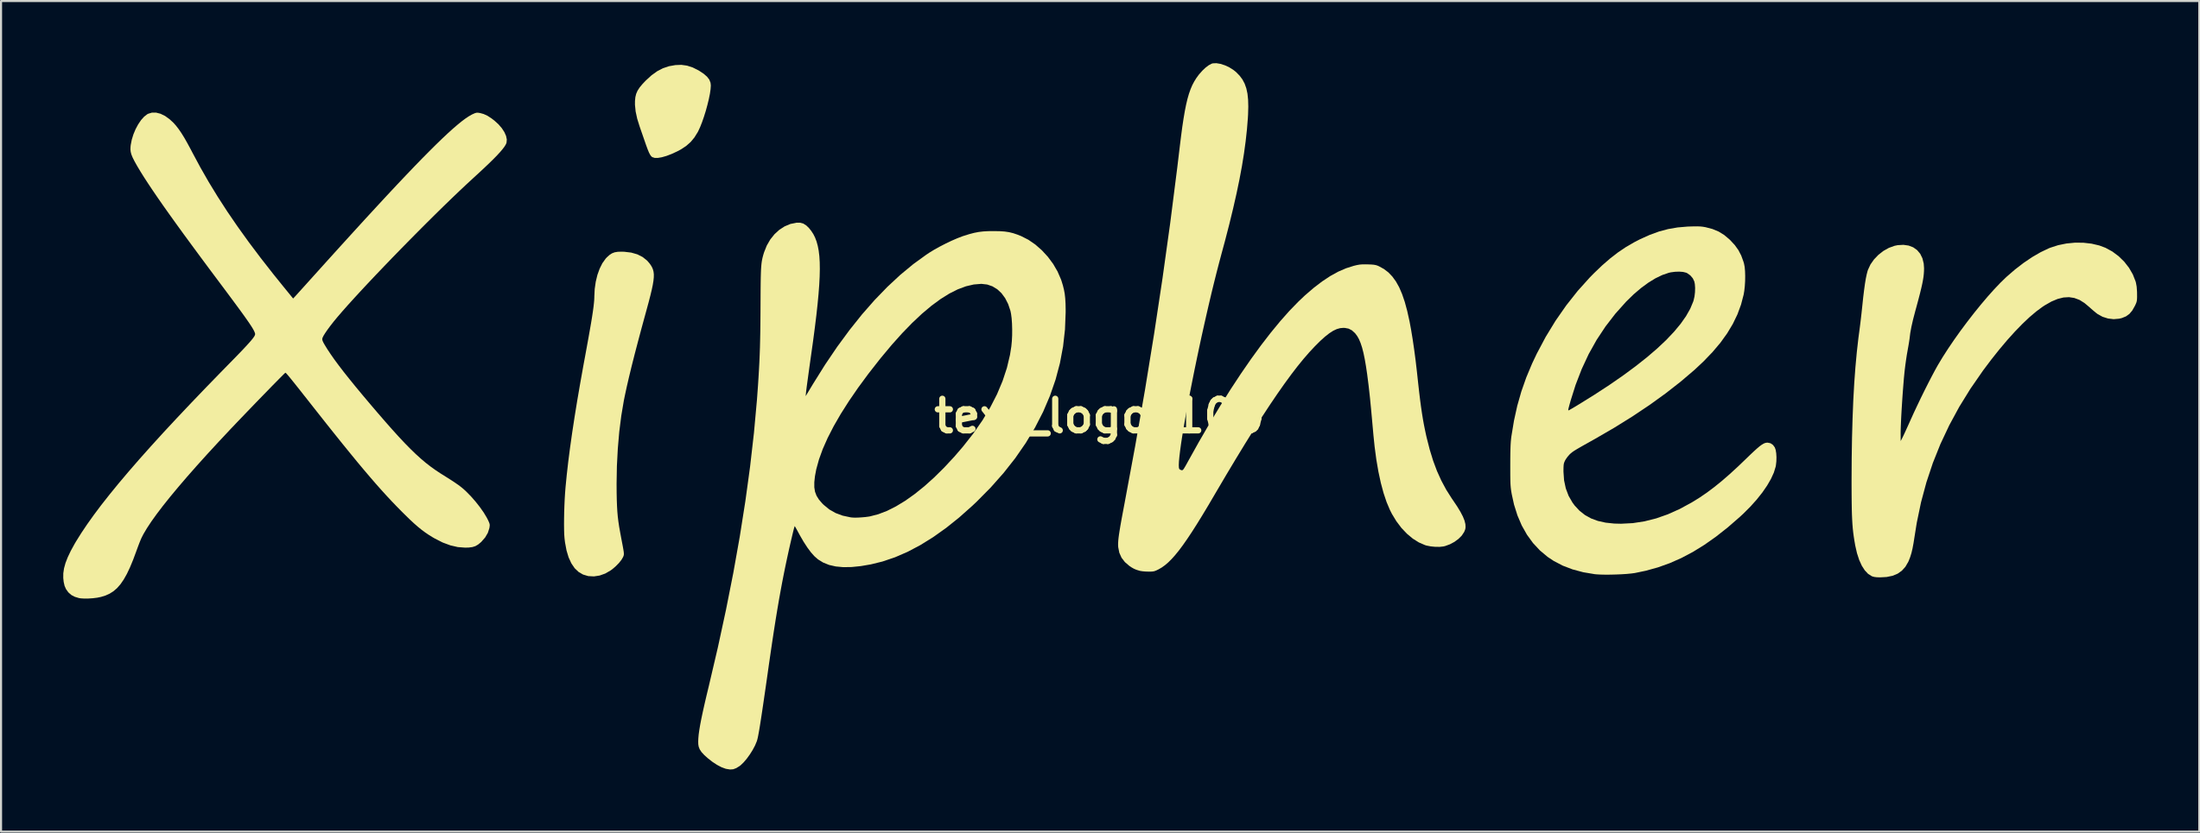
<source format=kicad_pcb>
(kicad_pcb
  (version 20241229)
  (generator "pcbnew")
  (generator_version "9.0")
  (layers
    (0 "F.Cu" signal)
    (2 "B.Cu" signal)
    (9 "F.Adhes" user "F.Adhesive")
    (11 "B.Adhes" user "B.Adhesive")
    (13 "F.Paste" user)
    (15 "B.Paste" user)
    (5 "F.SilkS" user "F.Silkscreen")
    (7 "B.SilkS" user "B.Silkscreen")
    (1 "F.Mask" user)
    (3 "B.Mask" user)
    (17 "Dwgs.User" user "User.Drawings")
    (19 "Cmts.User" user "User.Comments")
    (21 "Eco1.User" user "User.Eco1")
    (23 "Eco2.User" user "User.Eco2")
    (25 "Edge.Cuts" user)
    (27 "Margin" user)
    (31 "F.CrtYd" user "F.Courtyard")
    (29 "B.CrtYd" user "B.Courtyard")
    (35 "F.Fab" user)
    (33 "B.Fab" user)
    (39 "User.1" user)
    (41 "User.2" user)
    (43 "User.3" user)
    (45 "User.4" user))
  (footprint "text_logo_100"
    (layer "F.Cu")
    (at 49.967 17.031)
    (property "Reference" "text_logo_100" (at 0 0 0) (layer "F.SilkS") (effects (font (size 1.524 1.524) (thickness 0.3))))
    (attr board_only exclude_from_pos_files exclude_from_bom)
    (fp_poly (pts (xy -19.891 -16.913) (xy -19.619 -16.825) (xy -19.338 -16.684) (xy -19.305 -16.664) (xy -19.088 -16.52) (xy -18.927 -16.379) (xy -18.819 -16.238) (xy -18.76 -16.09) (xy -18.745 -15.957) (xy -18.757 -15.776) (xy -18.79 -15.551) (xy -18.842 -15.294) (xy -18.91 -15.017) (xy -18.988 -14.731) (xy -19.076 -14.45) (xy -19.168 -14.184) (xy -19.262 -13.946) (xy -19.354 -13.747) (xy -19.375 -13.707) (xy -19.538 -13.445) (xy -19.721 -13.225) (xy -19.934 -13.037) (xy -20.191 -12.868) (xy -20.363 -12.776) (xy -20.633 -12.651) (xy -20.882 -12.556) (xy -21.106 -12.492) (xy -21.299 -12.459) (xy -21.454 -12.461) (xy -21.567 -12.497) (xy -21.578 -12.504) (xy -21.627 -12.549) (xy -21.677 -12.621) (xy -21.73 -12.725) (xy -21.79 -12.87) (xy -21.861 -13.062) (xy -21.903 -13.182) (xy -21.969 -13.374) (xy -22.045 -13.593) (xy -22.121 -13.811) (xy -22.175 -13.967) (xy -22.295 -14.352) (xy -22.371 -14.703) (xy -22.403 -15.025) (xy -22.402 -15.207) (xy -22.384 -15.391) (xy -22.344 -15.554) (xy -22.277 -15.707) (xy -22.176 -15.863) (xy -22.035 -16.032) (xy -21.876 -16.199) (xy -21.602 -16.449) (xy -21.332 -16.643) (xy -21.055 -16.787) (xy -20.764 -16.885) (xy -20.453 -16.94) (xy -20.165 -16.951)) (stroke (width 0) (type solid)) (fill yes) (layer "F.SilkS"))
    (fp_poly (pts (xy -22.915 -7.93) (xy -22.582 -7.89) (xy -22.287 -7.805) (xy -22.031 -7.675) (xy -21.815 -7.502) (xy -21.703 -7.372) (xy -21.633 -7.274) (xy -21.577 -7.176) (xy -21.535 -7.075) (xy -21.507 -6.965) (xy -21.493 -6.84) (xy -21.495 -6.696) (xy -21.512 -6.527) (xy -21.545 -6.327) (xy -21.594 -6.093) (xy -21.66 -5.818) (xy -21.743 -5.497) (xy -21.844 -5.125) (xy -21.889 -4.961) (xy -22.08 -4.261) (xy -22.256 -3.601) (xy -22.417 -2.985) (xy -22.561 -2.416) (xy -22.687 -1.895) (xy -22.796 -1.425) (xy -22.886 -1.008) (xy -22.939 -0.748) (xy -23.062 -0.018) (xy -23.16 0.758) (xy -23.23 1.571) (xy -23.274 2.41) (xy -23.289 3.266) (xy -23.286 3.721) (xy -23.279 4.056) (xy -23.268 4.345) (xy -23.253 4.603) (xy -23.232 4.844) (xy -23.203 5.085) (xy -23.165 5.339) (xy -23.115 5.621) (xy -23.065 5.892) (xy -23.02 6.127) (xy -22.985 6.31) (xy -22.961 6.449) (xy -22.945 6.552) (xy -22.938 6.628) (xy -22.939 6.683) (xy -22.947 6.727) (xy -22.961 6.768) (xy -22.98 6.812) (xy -22.981 6.814) (xy -23.058 6.944) (xy -23.175 7.091) (xy -23.322 7.241) (xy -23.485 7.383) (xy -23.577 7.451) (xy -23.834 7.599) (xy -24.105 7.696) (xy -24.379 7.738) (xy -24.649 7.724) (xy -24.66 7.722) (xy -24.905 7.649) (xy -25.121 7.523) (xy -25.31 7.343) (xy -25.469 7.11) (xy -25.601 6.824) (xy -25.703 6.485) (xy -25.776 6.093) (xy -25.8 5.893) (xy -25.813 5.72) (xy -25.82 5.497) (xy -25.823 5.234) (xy -25.821 4.944) (xy -25.815 4.637) (xy -25.805 4.323) (xy -25.791 4.014) (xy -25.773 3.72) (xy -25.752 3.453) (xy -25.752 3.45) (xy -25.692 2.84) (xy -25.619 2.199) (xy -25.532 1.525) (xy -25.432 0.814) (xy -25.317 0.06) (xy -25.188 -0.738) (xy -25.042 -1.586) (xy -24.881 -2.488) (xy -24.807 -2.885) (xy -24.718 -3.372) (xy -24.64 -3.803) (xy -24.573 -4.182) (xy -24.516 -4.512) (xy -24.469 -4.799) (xy -24.432 -5.046) (xy -24.403 -5.257) (xy -24.383 -5.435) (xy -24.369 -5.585) (xy -24.363 -5.71) (xy -24.362 -5.768) (xy -24.344 -6.131) (xy -24.294 -6.482) (xy -24.214 -6.813) (xy -24.106 -7.114) (xy -23.974 -7.378) (xy -23.819 -7.595) (xy -23.76 -7.659) (xy -23.635 -7.773) (xy -23.514 -7.853) (xy -23.385 -7.903) (xy -23.231 -7.929) (xy -23.04 -7.934)) (stroke (width 0) (type solid)) (fill yes) (layer "F.SilkS"))
    (fp_poly (pts (xy 47.431 -8.366) (xy 47.826 -8.321) (xy 48.197 -8.234) (xy 48.496 -8.122) (xy 48.827 -7.942) (xy 49.131 -7.715) (xy 49.402 -7.45) (xy 49.632 -7.154) (xy 49.816 -6.834) (xy 49.948 -6.499) (xy 49.964 -6.442) (xy 50 -6.244) (xy 50.018 -5.99) (xy 50.019 -5.892) (xy 50.02 -5.739) (xy 50.015 -5.629) (xy 50.004 -5.545) (xy 49.982 -5.469) (xy 49.946 -5.384) (xy 49.911 -5.312) (xy 49.788 -5.095) (xy 49.649 -4.93) (xy 49.485 -4.812) (xy 49.286 -4.731) (xy 49.157 -4.7) (xy 48.89 -4.677) (xy 48.618 -4.709) (xy 48.355 -4.792) (xy 48.125 -4.918) (xy 48.04 -4.982) (xy 47.929 -5.074) (xy 47.806 -5.18) (xy 47.721 -5.257) (xy 47.486 -5.454) (xy 47.263 -5.595) (xy 47.238 -5.608) (xy 46.993 -5.7) (xy 46.738 -5.739) (xy 46.472 -5.723) (xy 46.19 -5.653) (xy 45.891 -5.528) (xy 45.572 -5.346) (xy 45.462 -5.274) (xy 45.159 -5.05) (xy 44.833 -4.774) (xy 44.49 -4.449) (xy 44.13 -4.078) (xy 43.758 -3.665) (xy 43.377 -3.213) (xy 42.99 -2.726) (xy 42.599 -2.206) (xy 42.583 -2.183) (xy 41.984 -1.317) (xy 41.444 -0.442) (xy 40.964 0.445) (xy 40.54 1.346) (xy 40.173 2.264) (xy 39.861 3.202) (xy 39.603 4.162) (xy 39.398 5.148) (xy 39.291 5.816) (xy 39.242 6.129) (xy 39.193 6.392) (xy 39.14 6.614) (xy 39.08 6.807) (xy 39.012 6.982) (xy 38.987 7.037) (xy 38.849 7.274) (xy 38.678 7.464) (xy 38.472 7.609) (xy 38.228 7.709) (xy 37.943 7.767) (xy 37.633 7.784) (xy 37.466 7.779) (xy 37.342 7.763) (xy 37.245 7.735) (xy 37.225 7.726) (xy 37.049 7.614) (xy 36.89 7.444) (xy 36.747 7.221) (xy 36.622 6.945) (xy 36.516 6.62) (xy 36.431 6.248) (xy 36.424 6.207) (xy 36.389 6.004) (xy 36.359 5.809) (xy 36.333 5.615) (xy 36.312 5.416) (xy 36.295 5.206) (xy 36.282 4.977) (xy 36.271 4.723) (xy 36.264 4.438) (xy 36.259 4.115) (xy 36.256 3.748) (xy 36.254 3.33) (xy 36.254 3.083) (xy 36.26 2.036) (xy 36.276 1.048) (xy 36.302 0.116) (xy 36.337 -0.762) (xy 36.383 -1.587) (xy 36.44 -2.362) (xy 36.507 -3.088) (xy 36.584 -3.767) (xy 36.636 -4.157) (xy 36.656 -4.311) (xy 36.681 -4.511) (xy 36.708 -4.74) (xy 36.736 -4.985) (xy 36.762 -5.229) (xy 36.773 -5.332) (xy 36.816 -5.739) (xy 36.859 -6.09) (xy 36.9 -6.387) (xy 36.941 -6.635) (xy 36.983 -6.837) (xy 37.025 -6.999) (xy 37.044 -7.056) (xy 37.165 -7.317) (xy 37.336 -7.561) (xy 37.548 -7.782) (xy 37.79 -7.971) (xy 38.054 -8.119) (xy 38.329 -8.218) (xy 38.472 -8.248) (xy 38.753 -8.265) (xy 39.006 -8.229) (xy 39.227 -8.144) (xy 39.414 -8.011) (xy 39.563 -7.834) (xy 39.67 -7.616) (xy 39.733 -7.36) (xy 39.749 -7.133) (xy 39.746 -6.998) (xy 39.737 -6.862) (xy 39.721 -6.717) (xy 39.696 -6.558) (xy 39.661 -6.377) (xy 39.614 -6.168) (xy 39.555 -5.925) (xy 39.481 -5.641) (xy 39.392 -5.309) (xy 39.326 -5.068) (xy 39.22 -4.663) (xy 39.14 -4.312) (xy 39.085 -4.015) (xy 39.062 -3.831) (xy 39.049 -3.724) (xy 39.026 -3.573) (xy 38.997 -3.397) (xy 38.964 -3.213) (xy 38.952 -3.146) (xy 38.918 -2.953) (xy 38.883 -2.721) (xy 38.848 -2.472) (xy 38.818 -2.229) (xy 38.802 -2.078) (xy 38.778 -1.832) (xy 38.755 -1.552) (xy 38.731 -1.249) (xy 38.708 -0.932) (xy 38.687 -0.61) (xy 38.667 -0.294) (xy 38.65 0.007) (xy 38.637 0.283) (xy 38.627 0.524) (xy 38.621 0.721) (xy 38.62 0.824) (xy 38.622 1.206) (xy 38.701 1.053) (xy 38.735 0.984) (xy 38.79 0.868) (xy 38.861 0.715) (xy 38.943 0.534) (xy 39.033 0.336) (xy 39.108 0.168) (xy 39.261 -0.17) (xy 39.428 -0.525) (xy 39.601 -0.887) (xy 39.777 -1.245) (xy 39.951 -1.59) (xy 40.116 -1.91) (xy 40.268 -2.196) (xy 40.401 -2.436) (xy 40.406 -2.445) (xy 40.641 -2.837) (xy 40.907 -3.251) (xy 41.197 -3.679) (xy 41.506 -4.114) (xy 41.829 -4.547) (xy 42.159 -4.973) (xy 42.49 -5.382) (xy 42.817 -5.768) (xy 43.133 -6.122) (xy 43.434 -6.438) (xy 43.712 -6.708) (xy 43.728 -6.722) (xy 44.138 -7.077) (xy 44.553 -7.396) (xy 44.965 -7.675) (xy 45.368 -7.908) (xy 45.753 -8.092) (xy 45.829 -8.123) (xy 46.211 -8.247) (xy 46.613 -8.329) (xy 47.023 -8.369)) (stroke (width 0) (type solid)) (fill yes) (layer "F.SilkS"))
    (fp_poly (pts (xy 28.958 -9.151) (xy 29.076 -9.139) (xy 29.191 -9.12) (xy 29.217 -9.115) (xy 29.552 -9.027) (xy 29.847 -8.904) (xy 30.115 -8.738) (xy 30.371 -8.522) (xy 30.407 -8.487) (xy 30.627 -8.248) (xy 30.799 -8.008) (xy 30.934 -7.748) (xy 31.042 -7.452) (xy 31.07 -7.354) (xy 31.1 -7.199) (xy 31.118 -6.999) (xy 31.125 -6.768) (xy 31.122 -6.523) (xy 31.107 -6.277) (xy 31.082 -6.045) (xy 31.051 -5.862) (xy 30.925 -5.38) (xy 30.752 -4.91) (xy 30.53 -4.449) (xy 30.257 -3.994) (xy 29.932 -3.542) (xy 29.551 -3.09) (xy 29.114 -2.635) (xy 28.677 -2.226) (xy 28.015 -1.662) (xy 27.295 -1.099) (xy 26.52 -0.539) (xy 25.691 0.016) (xy 24.812 0.563) (xy 23.884 1.102) (xy 23.782 1.159) (xy 23.526 1.303) (xy 23.317 1.42) (xy 23.15 1.515) (xy 23.018 1.592) (xy 22.915 1.655) (xy 22.836 1.706) (xy 22.774 1.751) (xy 22.724 1.792) (xy 22.679 1.833) (xy 22.652 1.86) (xy 22.561 1.964) (xy 22.478 2.081) (xy 22.437 2.152) (xy 22.406 2.223) (xy 22.384 2.289) (xy 22.372 2.367) (xy 22.366 2.471) (xy 22.364 2.616) (xy 22.364 2.687) (xy 22.393 3.103) (xy 22.476 3.491) (xy 22.611 3.849) (xy 22.799 4.176) (xy 22.906 4.32) (xy 23.138 4.57) (xy 23.4 4.776) (xy 23.695 4.94) (xy 24.026 5.062) (xy 24.397 5.144) (xy 24.811 5.188) (xy 25.141 5.196) (xy 25.705 5.167) (xy 26.268 5.081) (xy 26.832 4.939) (xy 27.399 4.74) (xy 27.973 4.482) (xy 28.555 4.165) (xy 28.568 4.157) (xy 28.923 3.937) (xy 29.276 3.696) (xy 29.632 3.429) (xy 29.999 3.132) (xy 30.382 2.799) (xy 30.789 2.425) (xy 31.138 2.09) (xy 31.358 1.877) (xy 31.541 1.704) (xy 31.692 1.567) (xy 31.816 1.462) (xy 31.919 1.386) (xy 32.005 1.333) (xy 32.08 1.301) (xy 32.149 1.286) (xy 32.205 1.282) (xy 32.345 1.311) (xy 32.466 1.394) (xy 32.552 1.511) (xy 32.595 1.633) (xy 32.622 1.797) (xy 32.633 1.987) (xy 32.628 2.187) (xy 32.606 2.379) (xy 32.592 2.451) (xy 32.506 2.731) (xy 32.368 3.033) (xy 32.183 3.353) (xy 31.954 3.686) (xy 31.684 4.026) (xy 31.376 4.37) (xy 31.034 4.712) (xy 30.872 4.862) (xy 30.291 5.368) (xy 29.722 5.817) (xy 29.162 6.212) (xy 28.606 6.556) (xy 28.049 6.851) (xy 27.488 7.099) (xy 26.917 7.303) (xy 26.333 7.465) (xy 25.805 7.575) (xy 25.632 7.598) (xy 25.414 7.619) (xy 25.165 7.635) (xy 24.899 7.646) (xy 24.631 7.653) (xy 24.373 7.654) (xy 24.141 7.649) (xy 23.948 7.638) (xy 23.874 7.631) (xy 23.32 7.538) (xy 22.806 7.401) (xy 22.333 7.221) (xy 21.902 6.997) (xy 21.602 6.798) (xy 21.229 6.486) (xy 20.896 6.129) (xy 20.604 5.727) (xy 20.353 5.282) (xy 20.145 4.796) (xy 19.979 4.269) (xy 19.87 3.77) (xy 19.85 3.656) (xy 19.834 3.551) (xy 19.822 3.448) (xy 19.813 3.336) (xy 19.806 3.208) (xy 19.802 3.054) (xy 19.8 2.865) (xy 19.799 2.632) (xy 19.799 2.366) (xy 19.8 2.053) (xy 19.803 1.792) (xy 19.808 1.575) (xy 19.815 1.393) (xy 19.825 1.236) (xy 19.838 1.097) (xy 19.853 0.977) (xy 19.978 0.22) (xy 20.095 -0.31) (xy 22.596 -0.31) (xy 22.596 -0.284) (xy 22.605 -0.275) (xy 22.611 -0.275) (xy 22.642 -0.29) (xy 22.717 -0.332) (xy 22.826 -0.395) (xy 22.961 -0.475) (xy 23.092 -0.555) (xy 23.863 -1.034) (xy 24.579 -1.502) (xy 25.24 -1.96) (xy 25.844 -2.406) (xy 26.392 -2.84) (xy 26.883 -3.262) (xy 27.317 -3.671) (xy 27.693 -4.068) (xy 28.012 -4.452) (xy 28.273 -4.823) (xy 28.475 -5.179) (xy 28.618 -5.522) (xy 28.639 -5.588) (xy 28.681 -5.772) (xy 28.705 -5.979) (xy 28.711 -6.187) (xy 28.697 -6.376) (xy 28.672 -6.497) (xy 28.598 -6.651) (xy 28.48 -6.789) (xy 28.335 -6.893) (xy 28.275 -6.921) (xy 28.129 -6.957) (xy 27.945 -6.971) (xy 27.742 -6.964) (xy 27.538 -6.937) (xy 27.445 -6.916) (xy 27.131 -6.809) (xy 26.799 -6.649) (xy 26.455 -6.438) (xy 26.105 -6.181) (xy 25.752 -5.88) (xy 25.403 -5.54) (xy 25.392 -5.529) (xy 24.866 -4.941) (xy 24.39 -4.323) (xy 23.961 -3.674) (xy 23.579 -2.99) (xy 23.243 -2.268) (xy 22.949 -1.507) (xy 22.711 -0.751) (xy 22.661 -0.574) (xy 22.627 -0.447) (xy 22.605 -0.362) (xy 22.596 -0.31) (xy 20.095 -0.31) (xy 20.136 -0.497) (xy 20.333 -1.188) (xy 20.571 -1.866) (xy 20.856 -2.546) (xy 21.077 -3.011) (xy 21.507 -3.822) (xy 21.982 -4.601) (xy 22.498 -5.342) (xy 23.051 -6.042) (xy 23.637 -6.694) (xy 23.84 -6.9) (xy 24.237 -7.28) (xy 24.619 -7.611) (xy 24.996 -7.902) (xy 25.377 -8.159) (xy 25.774 -8.389) (xy 26.056 -8.535) (xy 26.523 -8.745) (xy 26.97 -8.908) (xy 27.413 -9.026) (xy 27.864 -9.104) (xy 28.339 -9.145) (xy 28.438 -9.149) (xy 28.653 -9.155) (xy 28.821 -9.156)) (stroke (width 0) (type solid)) (fill yes) (layer "F.SilkS"))
    (fp_poly (pts (xy 5.83 -16.997) (xy 6.043 -16.928) (xy 6.255 -16.829) (xy 6.453 -16.704) (xy 6.583 -16.599) (xy 6.749 -16.429) (xy 6.885 -16.247) (xy 6.992 -16.046) (xy 7.072 -15.82) (xy 7.128 -15.563) (xy 7.159 -15.269) (xy 7.168 -14.931) (xy 7.157 -14.543) (xy 7.147 -14.379) (xy 7.103 -13.831) (xy 7.041 -13.266) (xy 6.961 -12.679) (xy 6.862 -12.065) (xy 6.742 -11.421) (xy 6.601 -10.742) (xy 6.438 -10.024) (xy 6.253 -9.262) (xy 6.044 -8.452) (xy 5.876 -7.831) (xy 5.759 -7.391) (xy 5.639 -6.927) (xy 5.517 -6.441) (xy 5.394 -5.937) (xy 5.272 -5.419) (xy 5.15 -4.89) (xy 5.029 -4.353) (xy 4.909 -3.813) (xy 4.793 -3.273) (xy 4.68 -2.735) (xy 4.57 -2.204) (xy 4.466 -1.684) (xy 4.366 -1.177) (xy 4.273 -0.688) (xy 4.186 -0.219) (xy 4.107 0.226) (xy 4.036 0.642) (xy 3.973 1.028) (xy 3.92 1.379) (xy 3.878 1.691) (xy 3.846 1.961) (xy 3.825 2.187) (xy 3.817 2.363) (xy 3.822 2.487) (xy 3.84 2.554) (xy 3.885 2.588) (xy 3.941 2.61) (xy 3.972 2.615) (xy 4 2.607) (xy 4.032 2.579) (xy 4.071 2.524) (xy 4.125 2.434) (xy 4.199 2.303) (xy 4.259 2.193) (xy 4.78 1.258) (xy 5.297 0.365) (xy 5.809 -0.484) (xy 6.314 -1.289) (xy 6.812 -2.046) (xy 7.302 -2.756) (xy 7.782 -3.416) (xy 8.251 -4.024) (xy 8.708 -4.579) (xy 9.152 -5.08) (xy 9.583 -5.524) (xy 9.896 -5.821) (xy 10.322 -6.188) (xy 10.73 -6.5) (xy 11.123 -6.76) (xy 11.506 -6.971) (xy 11.883 -7.134) (xy 12.258 -7.253) (xy 12.263 -7.254) (xy 12.41 -7.289) (xy 12.536 -7.311) (xy 12.661 -7.321) (xy 12.811 -7.323) (xy 12.929 -7.321) (xy 13.094 -7.315) (xy 13.214 -7.305) (xy 13.306 -7.289) (xy 13.387 -7.265) (xy 13.472 -7.228) (xy 13.474 -7.227) (xy 13.709 -7.097) (xy 13.921 -6.935) (xy 14.112 -6.736) (xy 14.285 -6.498) (xy 14.442 -6.217) (xy 14.583 -5.889) (xy 14.712 -5.511) (xy 14.829 -5.079) (xy 14.938 -4.59) (xy 14.942 -4.57) (xy 15.018 -4.162) (xy 15.093 -3.705) (xy 15.166 -3.208) (xy 15.235 -2.683) (xy 15.298 -2.142) (xy 15.31 -2.03) (xy 15.361 -1.56) (xy 15.408 -1.144) (xy 15.453 -0.773) (xy 15.497 -0.441) (xy 15.541 -0.14) (xy 15.586 0.138) (xy 15.633 0.401) (xy 15.684 0.655) (xy 15.738 0.909) (xy 15.765 1.027) (xy 15.915 1.617) (xy 16.08 2.155) (xy 16.265 2.651) (xy 16.474 3.113) (xy 16.709 3.551) (xy 16.976 3.972) (xy 17.036 4.06) (xy 17.238 4.36) (xy 17.396 4.621) (xy 17.514 4.847) (xy 17.592 5.041) (xy 17.633 5.207) (xy 17.637 5.244) (xy 17.643 5.363) (xy 17.63 5.456) (xy 17.594 5.553) (xy 17.572 5.6) (xy 17.461 5.768) (xy 17.302 5.928) (xy 17.108 6.071) (xy 16.891 6.188) (xy 16.664 6.271) (xy 16.585 6.291) (xy 16.401 6.312) (xy 16.186 6.311) (xy 15.963 6.289) (xy 15.759 6.249) (xy 15.69 6.228) (xy 15.39 6.098) (xy 15.097 5.913) (xy 14.815 5.677) (xy 14.549 5.396) (xy 14.307 5.075) (xy 14.092 4.72) (xy 13.995 4.529) (xy 13.835 4.149) (xy 13.689 3.713) (xy 13.558 3.225) (xy 13.442 2.687) (xy 13.342 2.104) (xy 13.259 1.479) (xy 13.204 0.946) (xy 13.167 0.537) (xy 13.135 0.181) (xy 13.107 -0.128) (xy 13.082 -0.396) (xy 13.059 -0.63) (xy 13.039 -0.837) (xy 13.019 -1.023) (xy 13 -1.196) (xy 12.981 -1.363) (xy 12.962 -1.529) (xy 12.958 -1.557) (xy 12.9 -2.012) (xy 12.841 -2.411) (xy 12.781 -2.757) (xy 12.719 -3.056) (xy 12.653 -3.311) (xy 12.582 -3.526) (xy 12.506 -3.707) (xy 12.422 -3.857) (xy 12.33 -3.981) (xy 12.312 -4.003) (xy 12.163 -4.138) (xy 12.004 -4.22) (xy 11.82 -4.255) (xy 11.754 -4.257) (xy 11.594 -4.243) (xy 11.43 -4.196) (xy 11.258 -4.115) (xy 11.073 -3.995) (xy 10.869 -3.835) (xy 10.641 -3.629) (xy 10.386 -3.376) (xy 10.377 -3.366) (xy 10.111 -3.082) (xy 9.833 -2.761) (xy 9.541 -2.402) (xy 9.234 -2.002) (xy 8.911 -1.56) (xy 8.571 -1.075) (xy 8.212 -0.545) (xy 7.835 0.03) (xy 7.437 0.654) (xy 7.018 1.327) (xy 6.577 2.051) (xy 6.112 2.827) (xy 5.624 3.656) (xy 5.557 3.77) (xy 5.246 4.3) (xy 4.959 4.778) (xy 4.695 5.206) (xy 4.452 5.588) (xy 4.227 5.926) (xy 4.02 6.223) (xy 3.826 6.483) (xy 3.645 6.706) (xy 3.475 6.897) (xy 3.312 7.059) (xy 3.156 7.193) (xy 3.004 7.303) (xy 2.854 7.391) (xy 2.827 7.405) (xy 2.721 7.456) (xy 2.636 7.487) (xy 2.551 7.502) (xy 2.442 7.508) (xy 2.339 7.507) (xy 2.195 7.502) (xy 2.056 7.489) (xy 1.947 7.471) (xy 1.923 7.465) (xy 1.771 7.418) (xy 1.652 7.367) (xy 1.536 7.301) (xy 1.435 7.233) (xy 1.219 7.048) (xy 1.056 6.835) (xy 0.949 6.596) (xy 0.897 6.331) (xy 0.895 6.312) (xy 0.891 6.223) (xy 0.892 6.125) (xy 0.899 6.01) (xy 0.913 5.875) (xy 0.934 5.714) (xy 0.964 5.521) (xy 1.002 5.292) (xy 1.05 5.021) (xy 1.109 4.702) (xy 1.179 4.331) (xy 1.207 4.181) (xy 1.717 1.433) (xy 2.19 -1.28) (xy 2.627 -3.968) (xy 3.031 -6.643) (xy 3.403 -9.315) (xy 3.744 -11.997) (xy 3.861 -12.975) (xy 3.924 -13.488) (xy 3.984 -13.945) (xy 4.045 -14.351) (xy 4.106 -14.71) (xy 4.169 -15.027) (xy 4.235 -15.306) (xy 4.306 -15.553) (xy 4.383 -15.772) (xy 4.466 -15.968) (xy 4.559 -16.145) (xy 4.66 -16.309) (xy 4.773 -16.464) (xy 4.803 -16.501) (xy 4.955 -16.673) (xy 5.111 -16.82) (xy 5.261 -16.933) (xy 5.395 -17.005) (xy 5.46 -17.024) (xy 5.632 -17.031)) (stroke (width 0) (type solid)) (fill yes) (layer "F.SilkS"))
    (fp_poly (pts (xy -14.286 -9.291) (xy -14.142 -9.2) (xy -14.014 -9.075) (xy -13.903 -8.936) (xy -13.804 -8.784) (xy -13.719 -8.615) (xy -13.648 -8.428) (xy -13.59 -8.217) (xy -13.545 -7.982) (xy -13.513 -7.719) (xy -13.495 -7.425) (xy -13.49 -7.097) (xy -13.498 -6.732) (xy -13.519 -6.328) (xy -13.553 -5.881) (xy -13.6 -5.388) (xy -13.659 -4.848) (xy -13.732 -4.255) (xy -13.817 -3.609) (xy -13.905 -2.984) (xy -13.949 -2.671) (xy -13.991 -2.371) (xy -14.03 -2.089) (xy -14.065 -1.832) (xy -14.096 -1.608) (xy -14.121 -1.422) (xy -14.139 -1.281) (xy -14.15 -1.192) (xy -14.152 -1.175) (xy -14.173 -0.962) (xy -13.814 -1.557) (xy -13.239 -2.477) (xy -12.654 -3.342) (xy -12.06 -4.15) (xy -11.459 -4.903) (xy -10.85 -5.598) (xy -10.234 -6.235) (xy -9.612 -6.814) (xy -8.985 -7.333) (xy -8.352 -7.792) (xy -8.22 -7.88) (xy -7.984 -8.025) (xy -7.715 -8.175) (xy -7.428 -8.323) (xy -7.14 -8.461) (xy -6.864 -8.581) (xy -6.618 -8.676) (xy -6.551 -8.698) (xy -6.282 -8.782) (xy -6.049 -8.843) (xy -5.833 -8.885) (xy -5.614 -8.911) (xy -5.373 -8.925) (xy -5.098 -8.928) (xy -4.817 -8.923) (xy -4.579 -8.907) (xy -4.368 -8.876) (xy -4.168 -8.827) (xy -3.961 -8.757) (xy -3.78 -8.685) (xy -3.433 -8.508) (xy -3.098 -8.277) (xy -2.784 -8.001) (xy -2.496 -7.688) (xy -2.242 -7.345) (xy -2.029 -6.98) (xy -1.864 -6.6) (xy -1.835 -6.517) (xy -1.77 -6.304) (xy -1.72 -6.103) (xy -1.683 -5.902) (xy -1.659 -5.687) (xy -1.644 -5.443) (xy -1.638 -5.159) (xy -1.638 -5.007) (xy -1.67 -4.179) (xy -1.762 -3.362) (xy -1.913 -2.555) (xy -2.124 -1.76) (xy -2.395 -0.977) (xy -2.724 -0.206) (xy -3.113 0.552) (xy -3.56 1.297) (xy -4.065 2.028) (xy -4.629 2.745) (xy -5.251 3.447) (xy -5.931 4.135) (xy -6.136 4.329) (xy -6.771 4.894) (xy -7.4 5.398) (xy -8.024 5.842) (xy -8.642 6.226) (xy -9.254 6.55) (xy -9.862 6.814) (xy -10.466 7.019) (xy -11.026 7.157) (xy -11.516 7.241) (xy -11.96 7.286) (xy -12.362 7.292) (xy -12.722 7.258) (xy -13.043 7.185) (xy -13.327 7.071) (xy -13.576 6.918) (xy -13.75 6.766) (xy -13.916 6.58) (xy -14.092 6.343) (xy -14.274 6.063) (xy -14.456 5.748) (xy -14.503 5.662) (xy -14.573 5.532) (xy -14.633 5.423) (xy -14.677 5.347) (xy -14.698 5.313) (xy -14.7 5.312) (xy -14.712 5.341) (xy -14.736 5.422) (xy -14.769 5.55) (xy -14.809 5.716) (xy -14.856 5.915) (xy -14.908 6.138) (xy -14.963 6.38) (xy -15.019 6.634) (xy -15.075 6.891) (xy -15.129 7.146) (xy -15.18 7.392) (xy -15.219 7.586) (xy -15.303 8.014) (xy -15.383 8.445) (xy -15.462 8.884) (xy -15.54 9.341) (xy -15.619 9.823) (xy -15.7 10.337) (xy -15.784 10.89) (xy -15.872 11.49) (xy -15.95 12.028) (xy -16.027 12.573) (xy -16.097 13.061) (xy -16.16 13.495) (xy -16.216 13.879) (xy -16.266 14.216) (xy -16.31 14.508) (xy -16.349 14.76) (xy -16.383 14.975) (xy -16.413 15.156) (xy -16.44 15.307) (xy -16.463 15.43) (xy -16.484 15.53) (xy -16.503 15.609) (xy -16.521 15.671) (xy -16.53 15.699) (xy -16.615 15.902) (xy -16.73 16.118) (xy -16.867 16.335) (xy -17.015 16.539) (xy -17.166 16.716) (xy -17.31 16.854) (xy -17.361 16.893) (xy -17.521 16.992) (xy -17.667 17.046) (xy -17.816 17.057) (xy -17.99 17.03) (xy -18.043 17.017) (xy -18.234 16.946) (xy -18.449 16.833) (xy -18.675 16.684) (xy -18.891 16.514) (xy -19.068 16.354) (xy -19.196 16.214) (xy -19.282 16.083) (xy -19.331 15.955) (xy -19.35 15.84) (xy -19.354 15.705) (xy -19.347 15.547) (xy -19.33 15.362) (xy -19.3 15.146) (xy -19.258 14.896) (xy -19.202 14.606) (xy -19.132 14.274) (xy -19.047 13.894) (xy -18.947 13.464) (xy -18.84 13.021) (xy -18.406 11.165) (xy -18.013 9.344) (xy -17.66 7.56) (xy -17.349 5.812) (xy -17.08 4.104) (xy -16.955 3.193) (xy -13.756 3.193) (xy -13.756 3.439) (xy -13.721 3.653) (xy -13.648 3.846) (xy -13.533 4.03) (xy -13.373 4.216) (xy -13.308 4.281) (xy -13.037 4.504) (xy -12.733 4.678) (xy -12.393 4.805) (xy -12.014 4.886) (xy -11.937 4.896) (xy -11.819 4.902) (xy -11.66 4.9) (xy -11.479 4.889) (xy -11.296 4.873) (xy -11.129 4.851) (xy -11.067 4.84) (xy -10.667 4.736) (xy -10.251 4.576) (xy -9.82 4.359) (xy -9.375 4.089) (xy -8.919 3.765) (xy -8.453 3.39) (xy -7.979 2.964) (xy -7.498 2.489) (xy -7.012 1.967) (xy -6.592 1.479) (xy -6.096 0.849) (xy -5.655 0.215) (xy -5.272 -0.421) (xy -4.946 -1.057) (xy -4.679 -1.693) (xy -4.47 -2.326) (xy -4.321 -2.956) (xy -4.257 -3.363) (xy -4.232 -3.62) (xy -4.218 -3.898) (xy -4.216 -4.183) (xy -4.224 -4.46) (xy -4.242 -4.717) (xy -4.271 -4.938) (xy -4.301 -5.083) (xy -4.411 -5.408) (xy -4.555 -5.691) (xy -4.731 -5.93) (xy -4.936 -6.121) (xy -5.166 -6.261) (xy -5.419 -6.349) (xy -5.692 -6.38) (xy -5.705 -6.381) (xy -6.068 -6.351) (xy -6.446 -6.263) (xy -6.84 -6.116) (xy -7.249 -5.91) (xy -7.673 -5.645) (xy -8.112 -5.321) (xy -8.567 -4.938) (xy -9.037 -4.496) (xy -9.523 -3.995) (xy -10.024 -3.435) (xy -10.54 -2.817) (xy -10.608 -2.732) (xy -11.154 -2.034) (xy -11.648 -1.362) (xy -12.091 -0.717) (xy -12.483 -0.099) (xy -12.823 0.491) (xy -13.111 1.053) (xy -13.347 1.586) (xy -13.53 2.09) (xy -13.661 2.565) (xy -13.725 2.905) (xy -13.756 3.193) (xy -16.955 3.193) (xy -16.852 2.435) (xy -16.666 0.807) (xy -16.522 -0.779) (xy -16.472 -1.465) (xy -16.446 -1.867) (xy -16.424 -2.243) (xy -16.405 -2.603) (xy -16.39 -2.957) (xy -16.377 -3.315) (xy -16.368 -3.688) (xy -16.36 -4.084) (xy -16.355 -4.514) (xy -16.351 -4.988) (xy -16.349 -5.373) (xy -16.347 -5.777) (xy -16.345 -6.126) (xy -16.342 -6.424) (xy -16.338 -6.679) (xy -16.332 -6.894) (xy -16.325 -7.076) (xy -16.314 -7.231) (xy -16.302 -7.363) (xy -16.286 -7.478) (xy -16.266 -7.583) (xy -16.243 -7.682) (xy -16.216 -7.781) (xy -16.184 -7.885) (xy -16.177 -7.907) (xy -16.048 -8.23) (xy -15.88 -8.521) (xy -15.677 -8.776) (xy -15.444 -8.989) (xy -15.188 -9.155) (xy -14.912 -9.271) (xy -14.623 -9.331) (xy -14.441 -9.333)) (stroke (width 0) (type solid)) (fill yes) (layer "F.SilkS"))
    (fp_poly (pts (xy -45.28 -14.592) (xy -45.061 -14.486) (xy -44.841 -14.328) (xy -44.659 -14.16) (xy -44.533 -14.019) (xy -44.406 -13.855) (xy -44.273 -13.662) (xy -44.131 -13.433) (xy -43.977 -13.161) (xy -43.805 -12.842) (xy -43.734 -12.705) (xy -43.356 -12.001) (xy -42.954 -11.297) (xy -42.523 -10.591) (xy -42.061 -9.876) (xy -41.563 -9.148) (xy -41.028 -8.403) (xy -40.452 -7.636) (xy -39.831 -6.842) (xy -39.34 -6.233) (xy -38.884 -5.674) (xy -38.817 -5.745) (xy -38.782 -5.783) (xy -38.712 -5.86) (xy -38.61 -5.973) (xy -38.481 -6.116) (xy -38.33 -6.283) (xy -38.162 -6.47) (xy -37.981 -6.671) (xy -37.899 -6.762) (xy -37.216 -7.521) (xy -36.571 -8.234) (xy -35.963 -8.903) (xy -35.392 -9.529) (xy -34.855 -10.112) (xy -34.353 -10.655) (xy -33.884 -11.157) (xy -33.446 -11.62) (xy -33.04 -12.045) (xy -32.663 -12.434) (xy -32.314 -12.787) (xy -31.994 -13.105) (xy -31.7 -13.39) (xy -31.431 -13.643) (xy -31.187 -13.864) (xy -30.965 -14.055) (xy -30.767 -14.217) (xy -30.589 -14.351) (xy -30.431 -14.458) (xy -30.292 -14.539) (xy -30.233 -14.569) (xy -30.127 -14.616) (xy -30.05 -14.639) (xy -29.978 -14.642) (xy -29.885 -14.628) (xy -29.876 -14.627) (xy -29.695 -14.577) (xy -29.513 -14.493) (xy -29.319 -14.367) (xy -29.181 -14.261) (xy -28.984 -14.082) (xy -28.823 -13.895) (xy -28.7 -13.706) (xy -28.618 -13.522) (xy -28.582 -13.349) (xy -28.595 -13.196) (xy -28.622 -13.125) (xy -28.683 -13.021) (xy -28.773 -12.899) (xy -28.892 -12.757) (xy -29.044 -12.591) (xy -29.231 -12.399) (xy -29.457 -12.178) (xy -29.723 -11.926) (xy -30.033 -11.639) (xy -30.208 -11.478) (xy -30.529 -11.182) (xy -30.876 -10.855) (xy -31.245 -10.502) (xy -31.632 -10.127) (xy -32.033 -9.733) (xy -32.444 -9.325) (xy -32.861 -8.907) (xy -33.281 -8.482) (xy -33.699 -8.056) (xy -34.112 -7.631) (xy -34.515 -7.212) (xy -34.905 -6.803) (xy -35.278 -6.408) (xy -35.63 -6.03) (xy -35.956 -5.675) (xy -36.254 -5.346) (xy -36.519 -5.046) (xy -36.747 -4.781) (xy -36.926 -4.564) (xy -37.086 -4.36) (xy -37.225 -4.172) (xy -37.337 -4.009) (xy -37.42 -3.875) (xy -37.467 -3.777) (xy -37.475 -3.751) (xy -37.479 -3.692) (xy -37.461 -3.624) (xy -37.416 -3.531) (xy -37.365 -3.441) (xy -37.23 -3.221) (xy -37.072 -2.983) (xy -36.89 -2.723) (xy -36.679 -2.438) (xy -36.44 -2.126) (xy -36.168 -1.784) (xy -35.863 -1.408) (xy -35.521 -0.996) (xy -35.141 -0.545) (xy -34.821 -0.17) (xy -34.446 0.264) (xy -34.103 0.653) (xy -33.788 1.001) (xy -33.497 1.311) (xy -33.225 1.588) (xy -32.97 1.835) (xy -32.726 2.056) (xy -32.49 2.256) (xy -32.257 2.437) (xy -32.023 2.605) (xy -31.785 2.763) (xy -31.71 2.81) (xy -31.45 2.973) (xy -31.234 3.111) (xy -31.057 3.229) (xy -30.909 3.332) (xy -30.785 3.426) (xy -30.676 3.516) (xy -30.574 3.608) (xy -30.542 3.639) (xy -30.311 3.874) (xy -30.087 4.13) (xy -29.88 4.393) (xy -29.698 4.652) (xy -29.552 4.894) (xy -29.486 5.022) (xy -29.437 5.131) (xy -29.411 5.208) (xy -29.405 5.277) (xy -29.415 5.36) (xy -29.424 5.412) (xy -29.496 5.636) (xy -29.624 5.856) (xy -29.804 6.063) (xy -29.832 6.09) (xy -29.965 6.2) (xy -30.095 6.276) (xy -30.239 6.322) (xy -30.413 6.345) (xy -30.59 6.35) (xy -30.943 6.323) (xy -31.303 6.24) (xy -31.675 6.102) (xy -32.06 5.906) (xy -32.162 5.847) (xy -32.35 5.73) (xy -32.526 5.61) (xy -32.699 5.481) (xy -32.877 5.336) (xy -33.067 5.169) (xy -33.277 4.973) (xy -33.514 4.741) (xy -33.674 4.582) (xy -33.909 4.342) (xy -34.148 4.093) (xy -34.392 3.83) (xy -34.645 3.551) (xy -34.909 3.253) (xy -35.186 2.932) (xy -35.48 2.586) (xy -35.793 2.211) (xy -36.127 1.803) (xy -36.486 1.361) (xy -36.872 0.88) (xy -37.288 0.358) (xy -37.736 -0.21) (xy -37.925 -0.449) (xy -38.181 -0.775) (xy -38.403 -1.056) (xy -38.591 -1.295) (xy -38.75 -1.495) (xy -38.882 -1.66) (xy -38.989 -1.793) (xy -39.074 -1.897) (xy -39.14 -1.975) (xy -39.188 -2.03) (xy -39.222 -2.066) (xy -39.244 -2.085) (xy -39.257 -2.091) (xy -39.258 -2.091) (xy -39.283 -2.07) (xy -39.347 -2.009) (xy -39.445 -1.911) (xy -39.573 -1.782) (xy -39.727 -1.626) (xy -39.904 -1.446) (xy -40.098 -1.246) (xy -40.307 -1.031) (xy -40.526 -0.806) (xy -40.751 -0.573) (xy -40.978 -0.337) (xy -41.204 -0.102) (xy -41.423 0.127) (xy -41.633 0.346) (xy -41.829 0.553) (xy -41.886 0.612) (xy -42.472 1.238) (xy -43.02 1.833) (xy -43.529 2.398) (xy -43.998 2.931) (xy -44.426 3.431) (xy -44.813 3.897) (xy -45.158 4.329) (xy -45.46 4.726) (xy -45.718 5.086) (xy -45.931 5.409) (xy -46.1 5.694) (xy -46.19 5.87) (xy -46.234 5.969) (xy -46.291 6.109) (xy -46.354 6.274) (xy -46.418 6.447) (xy -46.438 6.503) (xy -46.596 6.93) (xy -46.749 7.3) (xy -46.9 7.619) (xy -47.052 7.889) (xy -47.208 8.115) (xy -47.371 8.302) (xy -47.545 8.453) (xy -47.733 8.572) (xy -47.937 8.664) (xy -48.15 8.729) (xy -48.332 8.766) (xy -48.539 8.792) (xy -48.753 8.806) (xy -48.955 8.808) (xy -49.127 8.797) (xy -49.212 8.783) (xy -49.411 8.723) (xy -49.566 8.643) (xy -49.697 8.532) (xy -49.73 8.497) (xy -49.832 8.356) (xy -49.903 8.197) (xy -49.947 8.004) (xy -49.967 7.814) (xy -49.965 7.587) (xy -49.93 7.348) (xy -49.859 7.092) (xy -49.751 6.812) (xy -49.604 6.504) (xy -49.415 6.16) (xy -49.344 6.039) (xy -49.095 5.641) (xy -48.811 5.218) (xy -48.49 4.768) (xy -48.132 4.29) (xy -47.734 3.785) (xy -47.297 3.249) (xy -46.82 2.684) (xy -46.302 2.087) (xy -45.742 1.458) (xy -45.139 0.795) (xy -44.492 0.099) (xy -43.801 -0.633) (xy -43.064 -1.402) (xy -42.282 -2.207) (xy -41.992 -2.503) (xy -41.713 -2.788) (xy -41.475 -3.034) (xy -41.275 -3.243) (xy -41.112 -3.419) (xy -40.981 -3.564) (xy -40.88 -3.682) (xy -40.807 -3.775) (xy -40.758 -3.846) (xy -40.744 -3.871) (xy -40.719 -3.931) (xy -40.719 -3.986) (xy -40.746 -4.061) (xy -40.757 -4.086) (xy -40.792 -4.156) (xy -40.842 -4.243) (xy -40.909 -4.35) (xy -40.996 -4.481) (xy -41.104 -4.638) (xy -41.236 -4.825) (xy -41.394 -5.044) (xy -41.581 -5.299) (xy -41.798 -5.593) (xy -42.047 -5.929) (xy -42.331 -6.309) (xy -42.373 -6.365) (xy -42.874 -7.036) (xy -43.338 -7.661) (xy -43.766 -8.242) (xy -44.161 -8.78) (xy -44.522 -9.279) (xy -44.851 -9.738) (xy -45.151 -10.161) (xy -45.421 -10.55) (xy -45.663 -10.905) (xy -45.879 -11.229) (xy -46.07 -11.523) (xy -46.237 -11.79) (xy -46.382 -12.032) (xy -46.426 -12.108) (xy -46.541 -12.315) (xy -46.625 -12.484) (xy -46.682 -12.624) (xy -46.715 -12.75) (xy -46.728 -12.871) (xy -46.723 -13) (xy -46.714 -13.084) (xy -46.664 -13.341) (xy -46.584 -13.599) (xy -46.479 -13.849) (xy -46.355 -14.08) (xy -46.217 -14.284) (xy -46.07 -14.449) (xy -45.92 -14.566) (xy -45.875 -14.59) (xy -45.691 -14.646) (xy -45.491 -14.646)) (stroke (width 0) (type solid)) (fill yes) (layer "F.SilkS")))
  (gr_rect
    (start -3 -3)
    (end 102.986 37.088)
    (stroke (width 0.1) (type default))
    (fill no)
    (layer "Edge.Cuts")))
</source>
